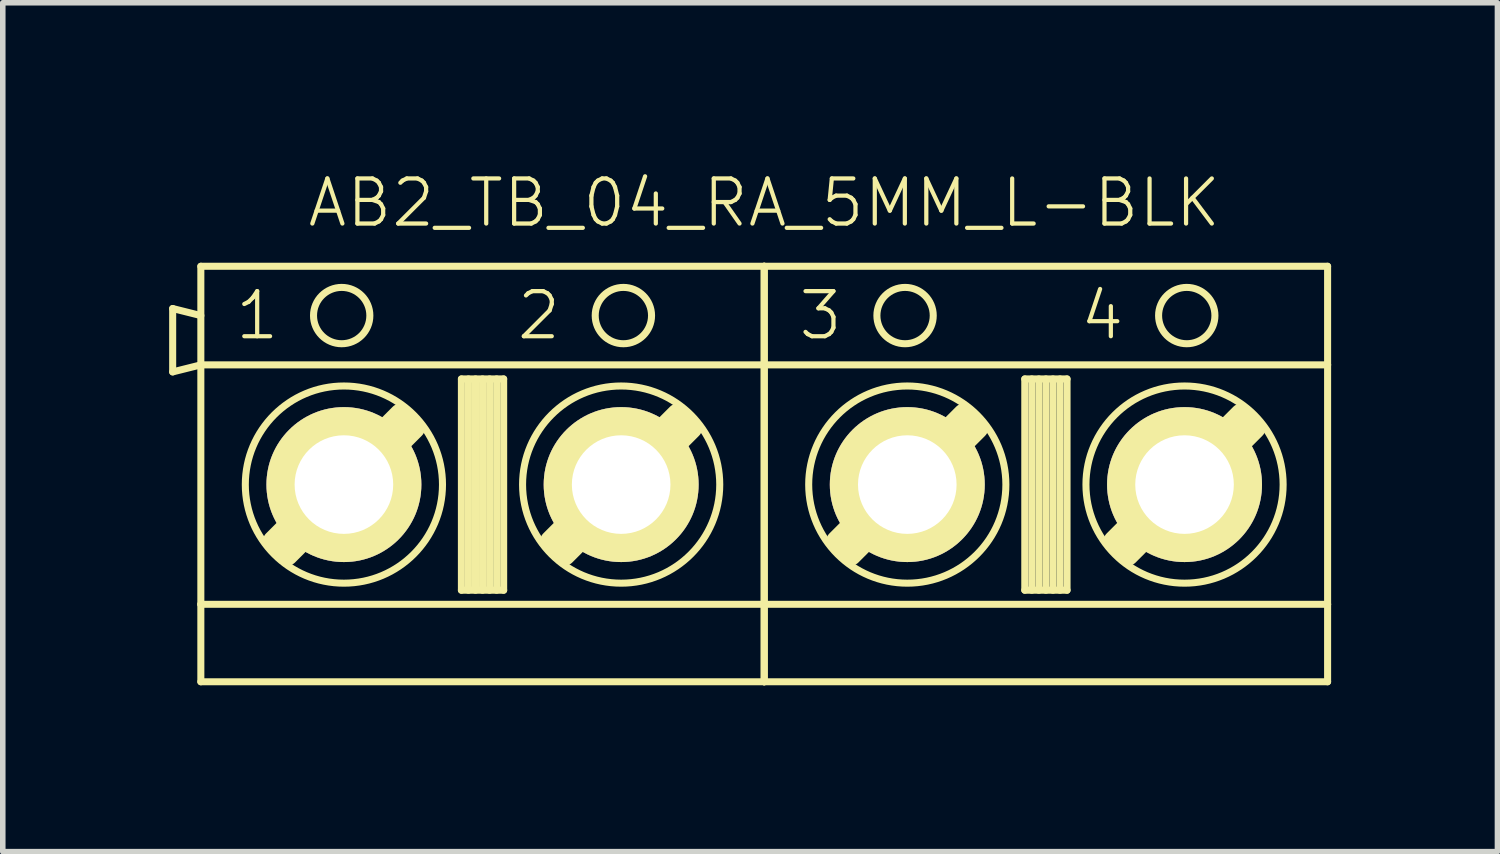
<source format=kicad_pcb>
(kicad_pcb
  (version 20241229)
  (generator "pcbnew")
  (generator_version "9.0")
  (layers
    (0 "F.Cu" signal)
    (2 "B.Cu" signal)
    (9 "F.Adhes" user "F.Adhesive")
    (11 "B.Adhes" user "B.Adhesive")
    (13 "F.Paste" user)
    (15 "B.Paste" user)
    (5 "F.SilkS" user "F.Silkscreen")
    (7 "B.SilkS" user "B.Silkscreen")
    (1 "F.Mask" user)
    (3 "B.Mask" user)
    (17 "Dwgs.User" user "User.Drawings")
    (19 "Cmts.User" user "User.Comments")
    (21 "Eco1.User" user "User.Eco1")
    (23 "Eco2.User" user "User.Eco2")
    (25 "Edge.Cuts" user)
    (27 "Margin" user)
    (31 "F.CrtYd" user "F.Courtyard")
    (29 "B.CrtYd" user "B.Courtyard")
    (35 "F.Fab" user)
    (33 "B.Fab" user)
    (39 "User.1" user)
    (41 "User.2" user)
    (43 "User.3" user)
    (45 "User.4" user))
  (footprint "AB2_TB_04_RA_5MM_L-BLK"
    (layer "F.Cu")
    (at 10.732 5.689)
    (property "Reference" "AB2_TB_04_RA_5MM_L-BLK" (at 0 -5.08 0) (layer "F.SilkS") (effects (font (size 0.813 0.813) (thickness 0.076))))
    (attr through_hole)
    (fp_line (start -10.668 -3.175) (end -10.16 -3.048) (stroke (width 0.127) (type solid)) (layer "F.SilkS"))
    (fp_line (start -10.668 -2.032) (end -10.668 -3.175) (stroke (width 0.127) (type solid)) (layer "F.SilkS"))
    (fp_line (start -10.16 -3.937) (end 0 -3.937) (stroke (width 0.127) (type solid)) (layer "F.SilkS"))
    (fp_line (start -10.16 -2.159) (end -10.668 -2.032) (stroke (width 0.127) (type solid)) (layer "F.SilkS"))
    (fp_line (start -10.16 -2.159) (end -10.16 -3.937) (stroke (width 0.127) (type solid)) (layer "F.SilkS"))
    (fp_line (start -10.16 -2.159) (end 0 -2.159) (stroke (width 0.127) (type solid)) (layer "F.SilkS"))
    (fp_line (start -10.16 2.159) (end -10.16 -2.159) (stroke (width 0.127) (type solid)) (layer "F.SilkS"))
    (fp_line (start -10.16 2.159) (end -10.16 3.556) (stroke (width 0.127) (type solid)) (layer "F.SilkS"))
    (fp_line (start -10.16 3.556) (end 0 3.556) (stroke (width 0.127) (type solid)) (layer "F.SilkS"))
    (fp_line (start -8.85 1.016) (end -6.564 -1.27) (stroke (width 0.381) (type solid)) (layer "F.SilkS"))
    (fp_line (start -8.723 1.143) (end -6.437 -1.143) (stroke (width 0.381) (type solid)) (layer "F.SilkS"))
    (fp_line (start -6.31 -1.016) (end -8.596 1.27) (stroke (width 0.381) (type solid)) (layer "F.SilkS"))
    (fp_line (start -5.461 -1.905) (end -4.699 -1.905) (stroke (width 0.127) (type solid)) (layer "F.SilkS"))
    (fp_line (start -5.461 1.905) (end -5.461 -1.905) (stroke (width 0.127) (type solid)) (layer "F.SilkS"))
    (fp_line (start -5.334 -1.905) (end -5.334 1.905) (stroke (width 0.127) (type solid)) (layer "F.SilkS"))
    (fp_line (start -5.207 -1.905) (end -5.207 1.905) (stroke (width 0.127) (type solid)) (layer "F.SilkS"))
    (fp_line (start -5.08 -1.905) (end -5.08 1.905) (stroke (width 0.127) (type solid)) (layer "F.SilkS"))
    (fp_line (start -4.953 -1.905) (end -4.953 1.905) (stroke (width 0.127) (type solid)) (layer "F.SilkS"))
    (fp_line (start -4.826 -1.905) (end -4.826 1.905) (stroke (width 0.127) (type solid)) (layer "F.SilkS"))
    (fp_line (start -4.699 -1.905) (end -4.699 1.905) (stroke (width 0.127) (type solid)) (layer "F.SilkS"))
    (fp_line (start -4.699 1.905) (end -5.461 1.905) (stroke (width 0.127) (type solid)) (layer "F.SilkS"))
    (fp_line (start -3.85 1.016) (end -1.564 -1.27) (stroke (width 0.381) (type solid)) (layer "F.SilkS"))
    (fp_line (start -3.723 1.143) (end -1.437 -1.143) (stroke (width 0.381) (type solid)) (layer "F.SilkS"))
    (fp_line (start -1.31 -1.016) (end -3.596 1.27) (stroke (width 0.381) (type solid)) (layer "F.SilkS"))
    (fp_line (start 0 -3.937) (end 0 -2.159) (stroke (width 0.127) (type solid)) (layer "F.SilkS"))
    (fp_line (start 0 -3.937) (end 10.16 -3.937) (stroke (width 0.127) (type solid)) (layer "F.SilkS"))
    (fp_line (start 0 -2.159) (end 0 -3.937) (stroke (width 0.127) (type solid)) (layer "F.SilkS"))
    (fp_line (start 0 -2.159) (end 0 2.159) (stroke (width 0.127) (type solid)) (layer "F.SilkS"))
    (fp_line (start 0 -2.159) (end 10.16 -2.159) (stroke (width 0.127) (type solid)) (layer "F.SilkS"))
    (fp_line (start 0 2.159) (end -10.16 2.159) (stroke (width 0.127) (type solid)) (layer "F.SilkS"))
    (fp_line (start 0 2.159) (end 0 -2.159) (stroke (width 0.127) (type solid)) (layer "F.SilkS"))
    (fp_line (start 0 2.159) (end 0 3.556) (stroke (width 0.127) (type solid)) (layer "F.SilkS"))
    (fp_line (start 0 3.556) (end 0 2.159) (stroke (width 0.127) (type solid)) (layer "F.SilkS"))
    (fp_line (start 0 3.556) (end 10.16 3.556) (stroke (width 0.127) (type solid)) (layer "F.SilkS"))
    (fp_line (start 1.31 1.016) (end 3.596 -1.27) (stroke (width 0.381) (type solid)) (layer "F.SilkS"))
    (fp_line (start 1.437 1.143) (end 3.723 -1.143) (stroke (width 0.381) (type solid)) (layer "F.SilkS"))
    (fp_line (start 3.85 -1.016) (end 1.564 1.27) (stroke (width 0.381) (type solid)) (layer "F.SilkS"))
    (fp_line (start 4.699 -1.905) (end 5.461 -1.905) (stroke (width 0.127) (type solid)) (layer "F.SilkS"))
    (fp_line (start 4.699 1.905) (end 4.699 -1.905) (stroke (width 0.127) (type solid)) (layer "F.SilkS"))
    (fp_line (start 4.826 -1.905) (end 4.826 1.905) (stroke (width 0.127) (type solid)) (layer "F.SilkS"))
    (fp_line (start 4.953 -1.905) (end 4.953 1.905) (stroke (width 0.127) (type solid)) (layer "F.SilkS"))
    (fp_line (start 5.08 -1.905) (end 5.08 1.905) (stroke (width 0.127) (type solid)) (layer "F.SilkS"))
    (fp_line (start 5.207 -1.905) (end 5.207 1.905) (stroke (width 0.127) (type solid)) (layer "F.SilkS"))
    (fp_line (start 5.334 -1.905) (end 5.334 1.905) (stroke (width 0.127) (type solid)) (layer "F.SilkS"))
    (fp_line (start 5.461 -1.905) (end 5.461 1.905) (stroke (width 0.127) (type solid)) (layer "F.SilkS"))
    (fp_line (start 5.461 1.905) (end 4.699 1.905) (stroke (width 0.127) (type solid)) (layer "F.SilkS"))
    (fp_line (start 6.31 1.016) (end 8.596 -1.27) (stroke (width 0.381) (type solid)) (layer "F.SilkS"))
    (fp_line (start 6.437 1.143) (end 8.723 -1.143) (stroke (width 0.381) (type solid)) (layer "F.SilkS"))
    (fp_line (start 8.85 -1.016) (end 6.564 1.27) (stroke (width 0.381) (type solid)) (layer "F.SilkS"))
    (fp_line (start 10.16 -3.937) (end 10.16 -2.159) (stroke (width 0.127) (type solid)) (layer "F.SilkS"))
    (fp_line (start 10.16 -2.159) (end 10.16 2.159) (stroke (width 0.127) (type solid)) (layer "F.SilkS"))
    (fp_line (start 10.16 2.159) (end 0 2.159) (stroke (width 0.127) (type solid)) (layer "F.SilkS"))
    (fp_line (start 10.16 3.556) (end 10.16 2.159) (stroke (width 0.127) (type solid)) (layer "F.SilkS"))
    (fp_circle (center -7.62 -3.048) (end -7.62 -3.556) (stroke (width 0.127) (type solid)) (fill no) (layer "F.SilkS"))
    (fp_circle (center -7.58 0) (end -7.58 -1.778) (stroke (width 0.127) (type solid)) (fill no) (layer "F.SilkS"))
    (fp_circle (center -2.58 0) (end -2.58 -1.778) (stroke (width 0.127) (type solid)) (fill no) (layer "F.SilkS"))
    (fp_circle (center -2.54 -3.048) (end -2.54 -3.556) (stroke (width 0.127) (type solid)) (fill no) (layer "F.SilkS"))
    (fp_circle (center 2.54 -3.048) (end 2.54 -3.556) (stroke (width 0.127) (type solid)) (fill no) (layer "F.SilkS"))
    (fp_circle (center 2.58 0) (end 2.58 -1.778) (stroke (width 0.127) (type solid)) (fill no) (layer "F.SilkS"))
    (fp_circle (center 7.58 0) (end 7.58 -1.778) (stroke (width 0.127) (type solid)) (fill no) (layer "F.SilkS"))
    (fp_circle (center 7.62 -3.048) (end 7.62 -3.556) (stroke (width 0.127) (type solid)) (fill no) (layer "F.SilkS"))
    (fp_text user "2" (at -4.064 -3.048 0) (layer "F.SilkS") (effects (font (size 0.813 0.813) (thickness 0.076))))
    (fp_text user "4" (at 6.096 -3.048 0) (layer "F.SilkS") (effects (font (size 0.813 0.813) (thickness 0.076))))
    (fp_text user "3" (at 1.016 -3.048 0) (layer "F.SilkS") (effects (font (size 0.813 0.813) (thickness 0.076))))
    (fp_text user "1" (at -9.144 -3.048 0) (layer "F.SilkS") (effects (font (size 0.813 0.813) (thickness 0.076))))
    (pad "1" thru_hole circle (at -7.58 0) (size 2.794 2.794) (drill 1.778) (layers "*.Cu" "*.Mask" "F.SilkS"))
    (pad "2" thru_hole circle (at -2.58 0) (size 2.794 2.794) (drill 1.778) (layers "*.Cu" "*.Mask" "F.SilkS"))
    (pad "3" thru_hole circle (at 2.58 0) (size 2.794 2.794) (drill 1.778) (layers "*.Cu" "*.Mask" "F.SilkS"))
    (pad "4" thru_hole circle (at 7.58 0) (size 2.794 2.794) (drill 1.778) (layers "*.Cu" "*.Mask" "F.SilkS")))
  (gr_rect
    (start -3 -3)
    (end 23.955 12.309)
    (stroke (width 0.1) (type default))
    (fill no)
    (layer "Edge.Cuts")))
</source>
